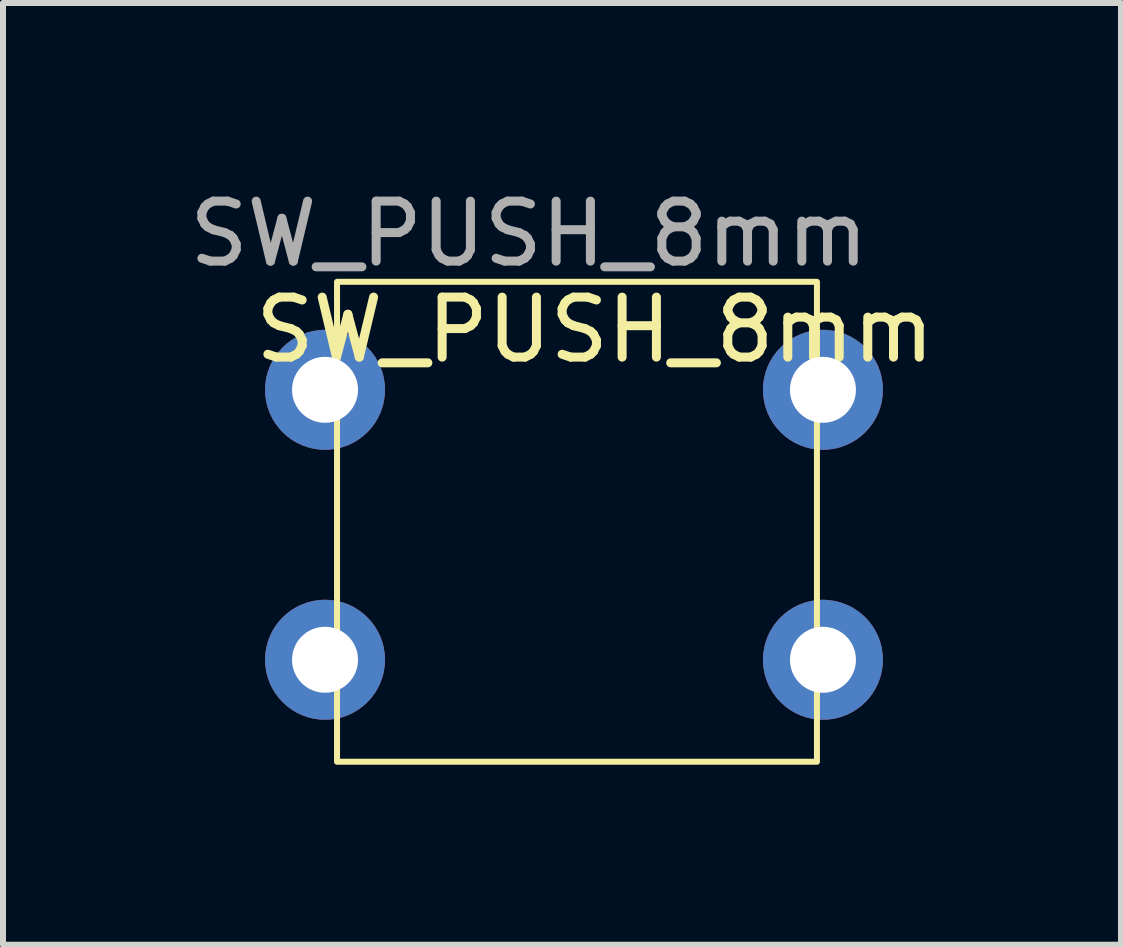
<source format=kicad_pcb>
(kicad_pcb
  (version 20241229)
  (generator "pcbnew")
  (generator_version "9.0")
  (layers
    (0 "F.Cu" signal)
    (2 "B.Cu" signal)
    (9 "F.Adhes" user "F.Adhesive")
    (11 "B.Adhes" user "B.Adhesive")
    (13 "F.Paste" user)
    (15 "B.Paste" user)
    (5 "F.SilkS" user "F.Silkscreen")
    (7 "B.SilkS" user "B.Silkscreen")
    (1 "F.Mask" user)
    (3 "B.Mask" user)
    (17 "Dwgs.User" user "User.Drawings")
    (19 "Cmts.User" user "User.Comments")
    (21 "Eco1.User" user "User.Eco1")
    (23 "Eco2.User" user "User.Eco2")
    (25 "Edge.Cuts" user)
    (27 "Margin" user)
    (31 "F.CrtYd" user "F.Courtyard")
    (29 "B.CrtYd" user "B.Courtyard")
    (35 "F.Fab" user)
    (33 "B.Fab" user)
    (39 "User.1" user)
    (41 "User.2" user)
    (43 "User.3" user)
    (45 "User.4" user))
  (footprint "SW_PUSH_8mm"
    (layer "F.Cu")
    (at 2.368 3.448)
    (property "Reference" "SW_PUSH_8mm" (at 4.5 -1 0) (layer "F.SilkS") (effects (font (size 1 1) (thickness 0.15))))
    (attr through_hole)
    (fp_rect (start 0.2 -1.8) (end 8.2 6.2) (stroke (width 0.1) (type default)) (fill no) (layer "F.SilkS"))
    (fp_text user "${REFERENCE}" (at 3.4 -2.6 0) (layer "F.Fab") (effects (font (size 1 1) (thickness 0.15))))
    (pad "1" thru_hole circle (at 0 0 90) (size 2 2) (drill 1.1) (layers "*.Cu" "*.Mask"))
    (pad "1" thru_hole circle (at 8.3 0 90) (size 2 2) (drill 1.1) (layers "*.Cu" "*.Mask"))
    (pad "2" thru_hole circle (at 0 4.5 90) (size 2 2) (drill 1.1) (layers "*.Cu" "*.Mask"))
    (pad "2" thru_hole circle (at 8.3 4.5 90) (size 2 2) (drill 1.1) (layers "*.Cu" "*.Mask")))
  (gr_rect
    (start -3 -3)
    (end 15.636 12.698)
    (stroke (width 0.1) (type default))
    (fill no)
    (layer "Edge.Cuts")))
</source>
